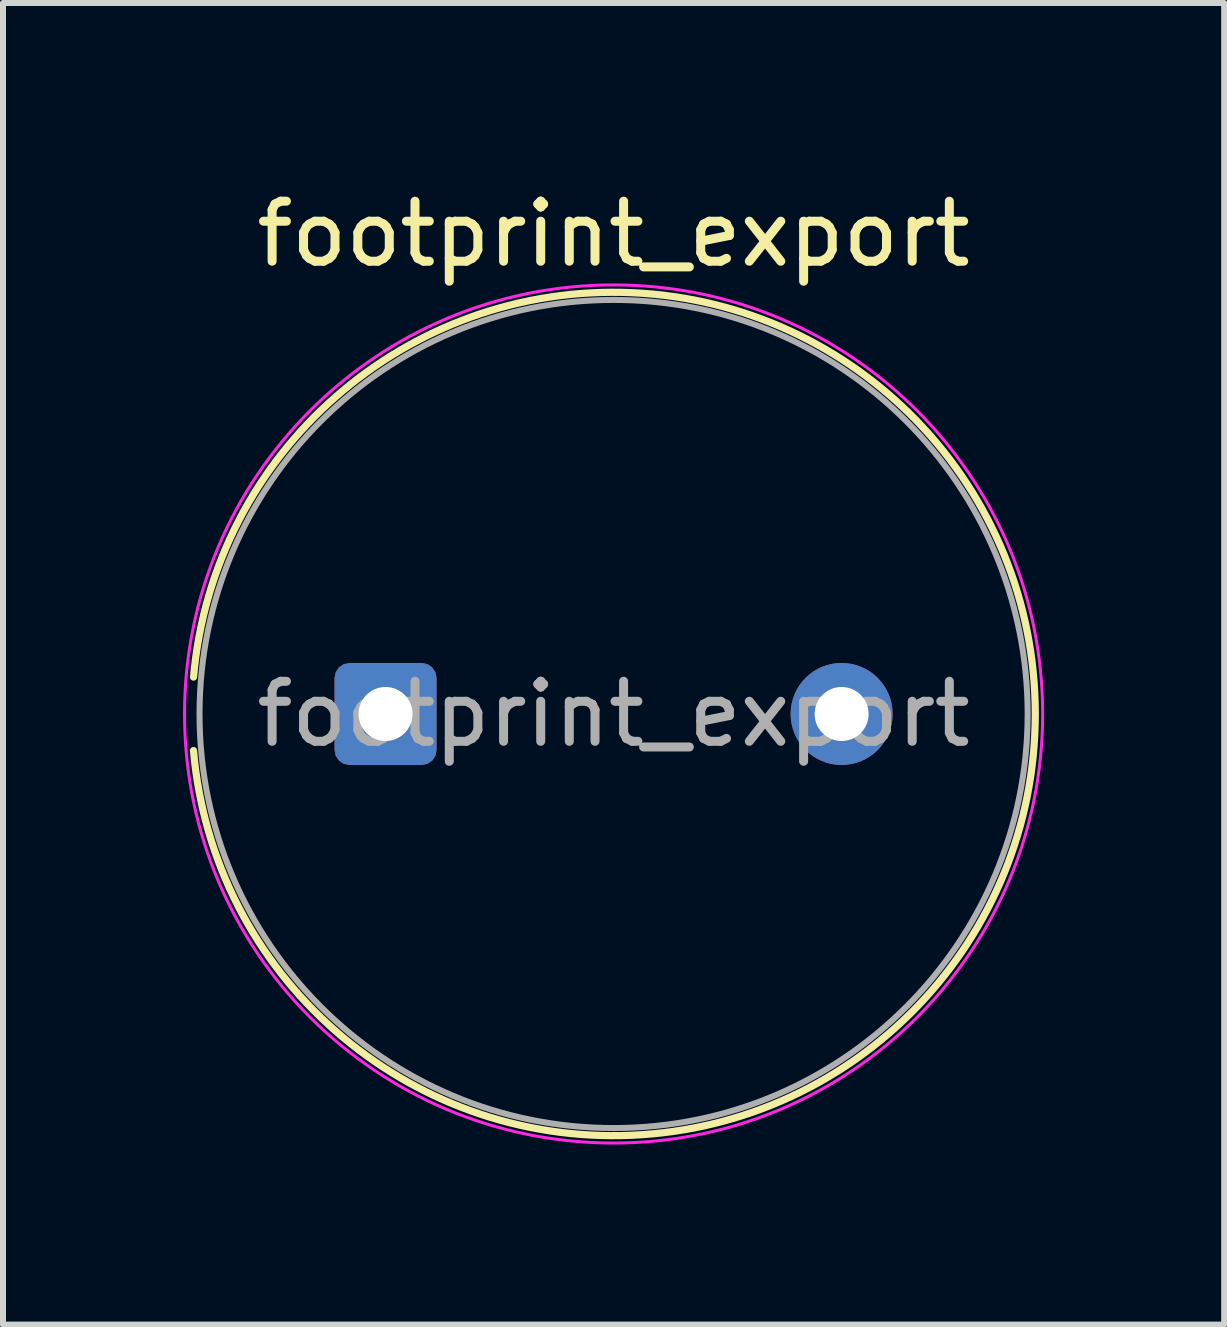
<source format=kicad_pcb>
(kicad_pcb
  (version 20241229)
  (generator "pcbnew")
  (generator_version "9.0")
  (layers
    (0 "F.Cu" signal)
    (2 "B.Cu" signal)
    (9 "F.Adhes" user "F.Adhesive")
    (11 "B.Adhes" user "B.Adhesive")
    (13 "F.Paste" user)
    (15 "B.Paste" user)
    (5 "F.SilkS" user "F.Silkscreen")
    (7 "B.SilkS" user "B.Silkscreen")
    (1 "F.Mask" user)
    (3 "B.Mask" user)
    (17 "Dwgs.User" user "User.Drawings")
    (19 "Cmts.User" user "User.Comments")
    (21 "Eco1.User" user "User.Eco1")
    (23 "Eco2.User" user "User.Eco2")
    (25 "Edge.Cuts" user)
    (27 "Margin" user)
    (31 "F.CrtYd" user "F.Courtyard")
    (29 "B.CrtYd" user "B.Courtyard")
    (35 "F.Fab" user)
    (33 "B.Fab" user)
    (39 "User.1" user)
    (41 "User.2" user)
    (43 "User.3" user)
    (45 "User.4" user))
  (footprint "footprint_export"
    (layer "F.Cu")
    (at 3.375 8.848)
    (property "Reference" "footprint_export" (at 3.8 -8 0) (layer "F.SilkS") (effects (font (size 1 1) (thickness 0.15))))
    (attr through_hole)
    (fp_arc (start -3.2 -0.615) (mid 10.826964 0.00257) (end -3.200448 0.60988) (stroke (width 0.12) (type solid)) (layer "F.SilkS"))
    (fp_circle (center 3.8 0) (end 10.95 0) (stroke (width 0.05) (type solid)) (fill no) (layer "F.CrtYd"))
    (fp_circle (center 3.8 0) (end 10.7 0) (stroke (width 0.1) (type solid)) (fill no) (layer "F.Fab"))
    (fp_text user "${REFERENCE}" (at 3.8 0 0) (layer "F.Fab") (effects (font (size 1 1) (thickness 0.15))))
    (pad "1" thru_hole roundrect (at 0 0) (size 1.7 1.7) (drill 0.9) (layers "*.Cu" "*.Mask") (roundrect_rratio 0.147))
    (pad "2" thru_hole circle (at 7.6 0) (size 1.7 1.7) (drill 0.9) (layers "*.Cu" "*.Mask")))
  (gr_rect
    (start -3 -3)
    (end 17.35 19.023)
    (stroke (width 0.1) (type default))
    (fill no)
    (layer "Edge.Cuts")))
</source>
